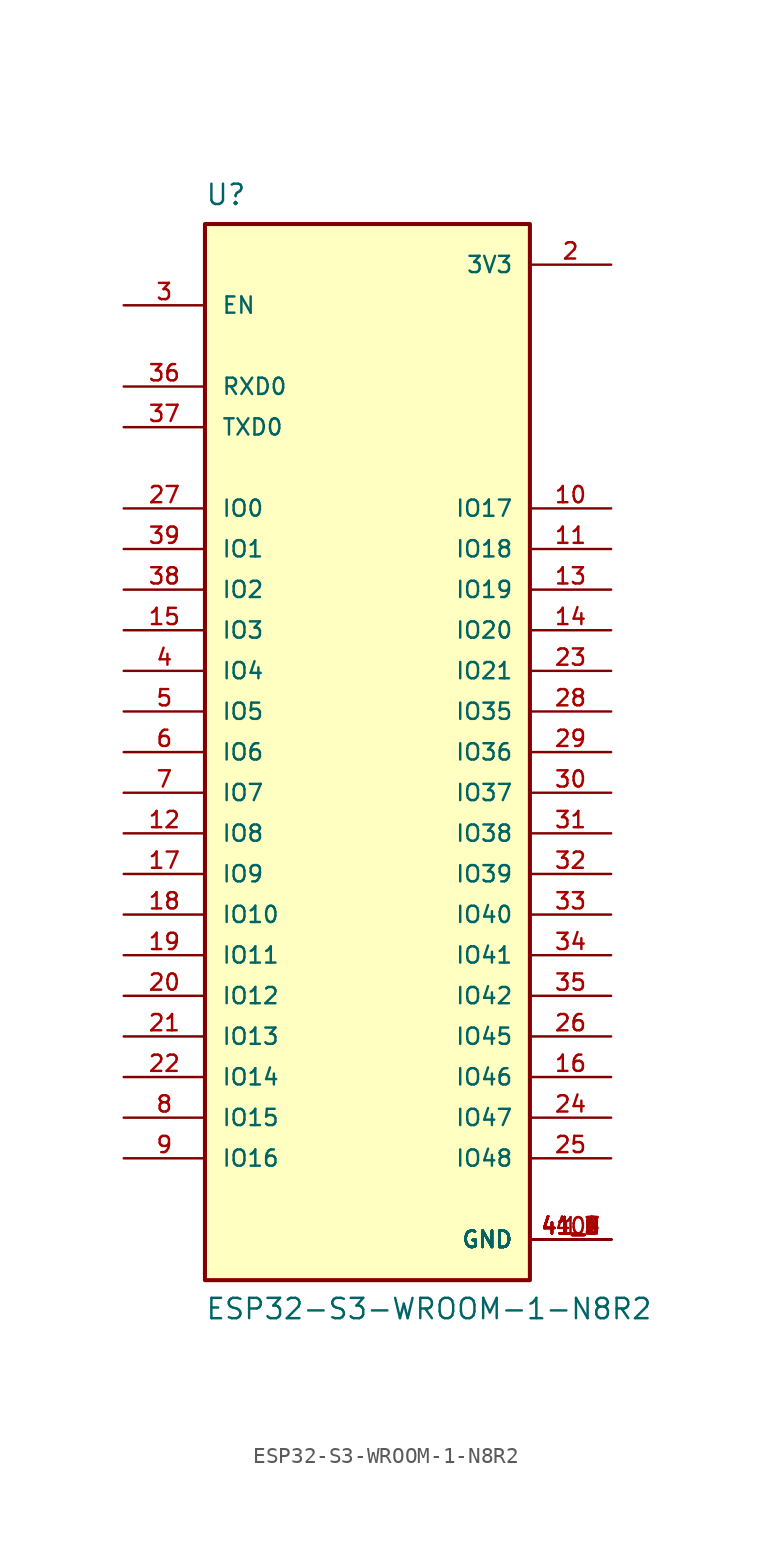
<source format=kicad_sym>
(kicad_symbol_lib
  (version 20211014)
  (generator kicad_symbol_editor)
  (symbol "ESP32-S3-WROOM-1-N8R2"
    (pin_names
      (offset 1.016))
    (property "Reference" "U"
      (at -10.16 34.112 0)
      (effects (font (size 1.27 1.27)) (justify bottom left)))
    (property "Value" "ESP32-S3-WROOM-1-N8R2"
      (at -10.16 -35.56 0)
      (effects (font (size 1.27 1.27)) (justify bottom left)))
    (symbol "ESP32-S3-WROOM-1-N8R2_0_0"
      (rectangle (start -10.16 -33.02) (end 10.16 33.02) (stroke (width 0.254)) (fill (type background)))
      (pin power_in line (at 15.24 -30.48 180.0) (length 5.08) (name "GND" (effects (font (size 1.016 1.016)))) (number "1" (effects (font (size 1.016 1.016)))))
      (pin power_in line (at 15.24 -30.48 180.0) (length 5.08) (name "GND" (effects (font (size 1.016 1.016)))) (number "40" (effects (font (size 1.016 1.016)))))
      (pin power_in line (at 15.24 -30.48 180.0) (length 5.08) (name "GND" (effects (font (size 1.016 1.016)))) (number "41_1" (effects (font (size 1.016 1.016)))))
      (pin power_in line (at 15.24 -30.48 180.0) (length 5.08) (name "GND" (effects (font (size 1.016 1.016)))) (number "41_2" (effects (font (size 1.016 1.016)))))
      (pin power_in line (at 15.24 -30.48 180.0) (length 5.08) (name "GND" (effects (font (size 1.016 1.016)))) (number "41_3" (effects (font (size 1.016 1.016)))))
      (pin power_in line (at 15.24 -30.48 180.0) (length 5.08) (name "GND" (effects (font (size 1.016 1.016)))) (number "41_4" (effects (font (size 1.016 1.016)))))
      (pin power_in line (at 15.24 -30.48 180.0) (length 5.08) (name "GND" (effects (font (size 1.016 1.016)))) (number "41_5" (effects (font (size 1.016 1.016)))))
      (pin power_in line (at 15.24 -30.48 180.0) (length 5.08) (name "GND" (effects (font (size 1.016 1.016)))) (number "41_6" (effects (font (size 1.016 1.016)))))
      (pin power_in line (at 15.24 -30.48 180.0) (length 5.08) (name "GND" (effects (font (size 1.016 1.016)))) (number "41_7" (effects (font (size 1.016 1.016)))))
      (pin power_in line (at 15.24 -30.48 180.0) (length 5.08) (name "GND" (effects (font (size 1.016 1.016)))) (number "41_8" (effects (font (size 1.016 1.016)))))
      (pin power_in line (at 15.24 -30.48 180.0) (length 5.08) (name "GND" (effects (font (size 1.016 1.016)))) (number "41_9" (effects (font (size 1.016 1.016)))))
      (pin power_in line (at 15.24 30.48 180.0) (length 5.08) (name "3V3" (effects (font (size 1.016 1.016)))) (number "2" (effects (font (size 1.016 1.016)))))
      (pin input line (at -15.24 27.94 0) (length 5.08) (name "EN" (effects (font (size 1.016 1.016)))) (number "3" (effects (font (size 1.016 1.016)))))
      (pin bidirectional line (at 15.24 2.54 180.0) (length 5.08) (name "IO35" (effects (font (size 1.016 1.016)))) (number "28" (effects (font (size 1.016 1.016)))))
      (pin bidirectional line (at 15.24 -12.7 180.0) (length 5.08) (name "IO41" (effects (font (size 1.016 1.016)))) (number "34" (effects (font (size 1.016 1.016)))))
      (pin bidirectional line (at 15.24 -7.62 180.0) (length 5.08) (name "IO39" (effects (font (size 1.016 1.016)))) (number "32" (effects (font (size 1.016 1.016)))))
      (pin bidirectional line (at 15.24 -10.16 180.0) (length 5.08) (name "IO40" (effects (font (size 1.016 1.016)))) (number "33" (effects (font (size 1.016 1.016)))))
      (pin bidirectional line (at -15.24 -20.32 0) (length 5.08) (name "IO14" (effects (font (size 1.016 1.016)))) (number "22" (effects (font (size 1.016 1.016)))))
      (pin bidirectional line (at -15.24 -15.24 0) (length 5.08) (name "IO12" (effects (font (size 1.016 1.016)))) (number "20" (effects (font (size 1.016 1.016)))))
      (pin bidirectional line (at -15.24 -17.78 0) (length 5.08) (name "IO13" (effects (font (size 1.016 1.016)))) (number "21" (effects (font (size 1.016 1.016)))))
      (pin bidirectional line (at -15.24 -22.86 0) (length 5.08) (name "IO15" (effects (font (size 1.016 1.016)))) (number "8" (effects (font (size 1.016 1.016)))))
      (pin bidirectional line (at -15.24 10.16 0) (length 5.08) (name "IO2" (effects (font (size 1.016 1.016)))) (number "38" (effects (font (size 1.016 1.016)))))
      (pin bidirectional line (at -15.24 15.24 0) (length 5.08) (name "IO0" (effects (font (size 1.016 1.016)))) (number "27" (effects (font (size 1.016 1.016)))))
      (pin bidirectional line (at -15.24 5.08 0) (length 5.08) (name "IO4" (effects (font (size 1.016 1.016)))) (number "4" (effects (font (size 1.016 1.016)))))
      (pin bidirectional line (at -15.24 -25.4 0) (length 5.08) (name "IO16" (effects (font (size 1.016 1.016)))) (number "9" (effects (font (size 1.016 1.016)))))
      (pin bidirectional line (at 15.24 15.24 180.0) (length 5.08) (name "IO17" (effects (font (size 1.016 1.016)))) (number "10" (effects (font (size 1.016 1.016)))))
      (pin bidirectional line (at -15.24 2.54 0) (length 5.08) (name "IO5" (effects (font (size 1.016 1.016)))) (number "5" (effects (font (size 1.016 1.016)))))
      (pin bidirectional line (at 15.24 12.7 180.0) (length 5.08) (name "IO18" (effects (font (size 1.016 1.016)))) (number "11" (effects (font (size 1.016 1.016)))))
      (pin bidirectional line (at 15.24 10.16 180.0) (length 5.08) (name "IO19" (effects (font (size 1.016 1.016)))) (number "13" (effects (font (size 1.016 1.016)))))
      (pin bidirectional line (at 15.24 5.08 180.0) (length 5.08) (name "IO21" (effects (font (size 1.016 1.016)))) (number "23" (effects (font (size 1.016 1.016)))))
      (pin bidirectional line (at 15.24 -2.54 180.0) (length 5.08) (name "IO37" (effects (font (size 1.016 1.016)))) (number "30" (effects (font (size 1.016 1.016)))))
      (pin bidirectional line (at 15.24 -5.08 180.0) (length 5.08) (name "IO38" (effects (font (size 1.016 1.016)))) (number "31" (effects (font (size 1.016 1.016)))))
      (pin bidirectional line (at -15.24 12.7 0) (length 5.08) (name "IO1" (effects (font (size 1.016 1.016)))) (number "39" (effects (font (size 1.016 1.016)))))
      (pin bidirectional line (at -15.24 7.62 0) (length 5.08) (name "IO3" (effects (font (size 1.016 1.016)))) (number "15" (effects (font (size 1.016 1.016)))))
      (pin bidirectional line (at -15.24 0.0 0) (length 5.08) (name "IO6" (effects (font (size 1.016 1.016)))) (number "6" (effects (font (size 1.016 1.016)))))
      (pin bidirectional line (at -15.24 -2.54 0) (length 5.08) (name "IO7" (effects (font (size 1.016 1.016)))) (number "7" (effects (font (size 1.016 1.016)))))
      (pin bidirectional line (at -15.24 -5.08 0) (length 5.08) (name "IO8" (effects (font (size 1.016 1.016)))) (number "12" (effects (font (size 1.016 1.016)))))
      (pin bidirectional line (at -15.24 -7.62 0) (length 5.08) (name "IO9" (effects (font (size 1.016 1.016)))) (number "17" (effects (font (size 1.016 1.016)))))
      (pin bidirectional line (at -15.24 -10.16 0) (length 5.08) (name "IO10" (effects (font (size 1.016 1.016)))) (number "18" (effects (font (size 1.016 1.016)))))
      (pin bidirectional line (at -15.24 -12.7 0) (length 5.08) (name "IO11" (effects (font (size 1.016 1.016)))) (number "19" (effects (font (size 1.016 1.016)))))
      (pin bidirectional line (at 15.24 0.0 180.0) (length 5.08) (name "IO36" (effects (font (size 1.016 1.016)))) (number "29" (effects (font (size 1.016 1.016)))))
      (pin bidirectional line (at 15.24 -15.24 180.0) (length 5.08) (name "IO42" (effects (font (size 1.016 1.016)))) (number "35" (effects (font (size 1.016 1.016)))))
      (pin bidirectional line (at 15.24 7.62 180.0) (length 5.08) (name "IO20" (effects (font (size 1.016 1.016)))) (number "14" (effects (font (size 1.016 1.016)))))
      (pin bidirectional line (at -15.24 20.32 0) (length 5.08) (name "TXD0" (effects (font (size 1.016 1.016)))) (number "37" (effects (font (size 1.016 1.016)))))
      (pin bidirectional line (at -15.24 22.86 0) (length 5.08) (name "RXD0" (effects (font (size 1.016 1.016)))) (number "36" (effects (font (size 1.016 1.016)))))
      (pin bidirectional line (at 15.24 -17.78 180.0) (length 5.08) (name "IO45" (effects (font (size 1.016 1.016)))) (number "26" (effects (font (size 1.016 1.016)))))
      (pin bidirectional line (at 15.24 -20.32 180.0) (length 5.08) (name "IO46" (effects (font (size 1.016 1.016)))) (number "16" (effects (font (size 1.016 1.016)))))
      (pin bidirectional line (at 15.24 -22.86 180.0) (length 5.08) (name "IO47" (effects (font (size 1.016 1.016)))) (number "24" (effects (font (size 1.016 1.016)))))
      (pin bidirectional line (at 15.24 -25.4 180.0) (length 5.08) (name "IO48" (effects (font (size 1.016 1.016)))) (number "25" (effects (font (size 1.016 1.016))))))))
</source>
